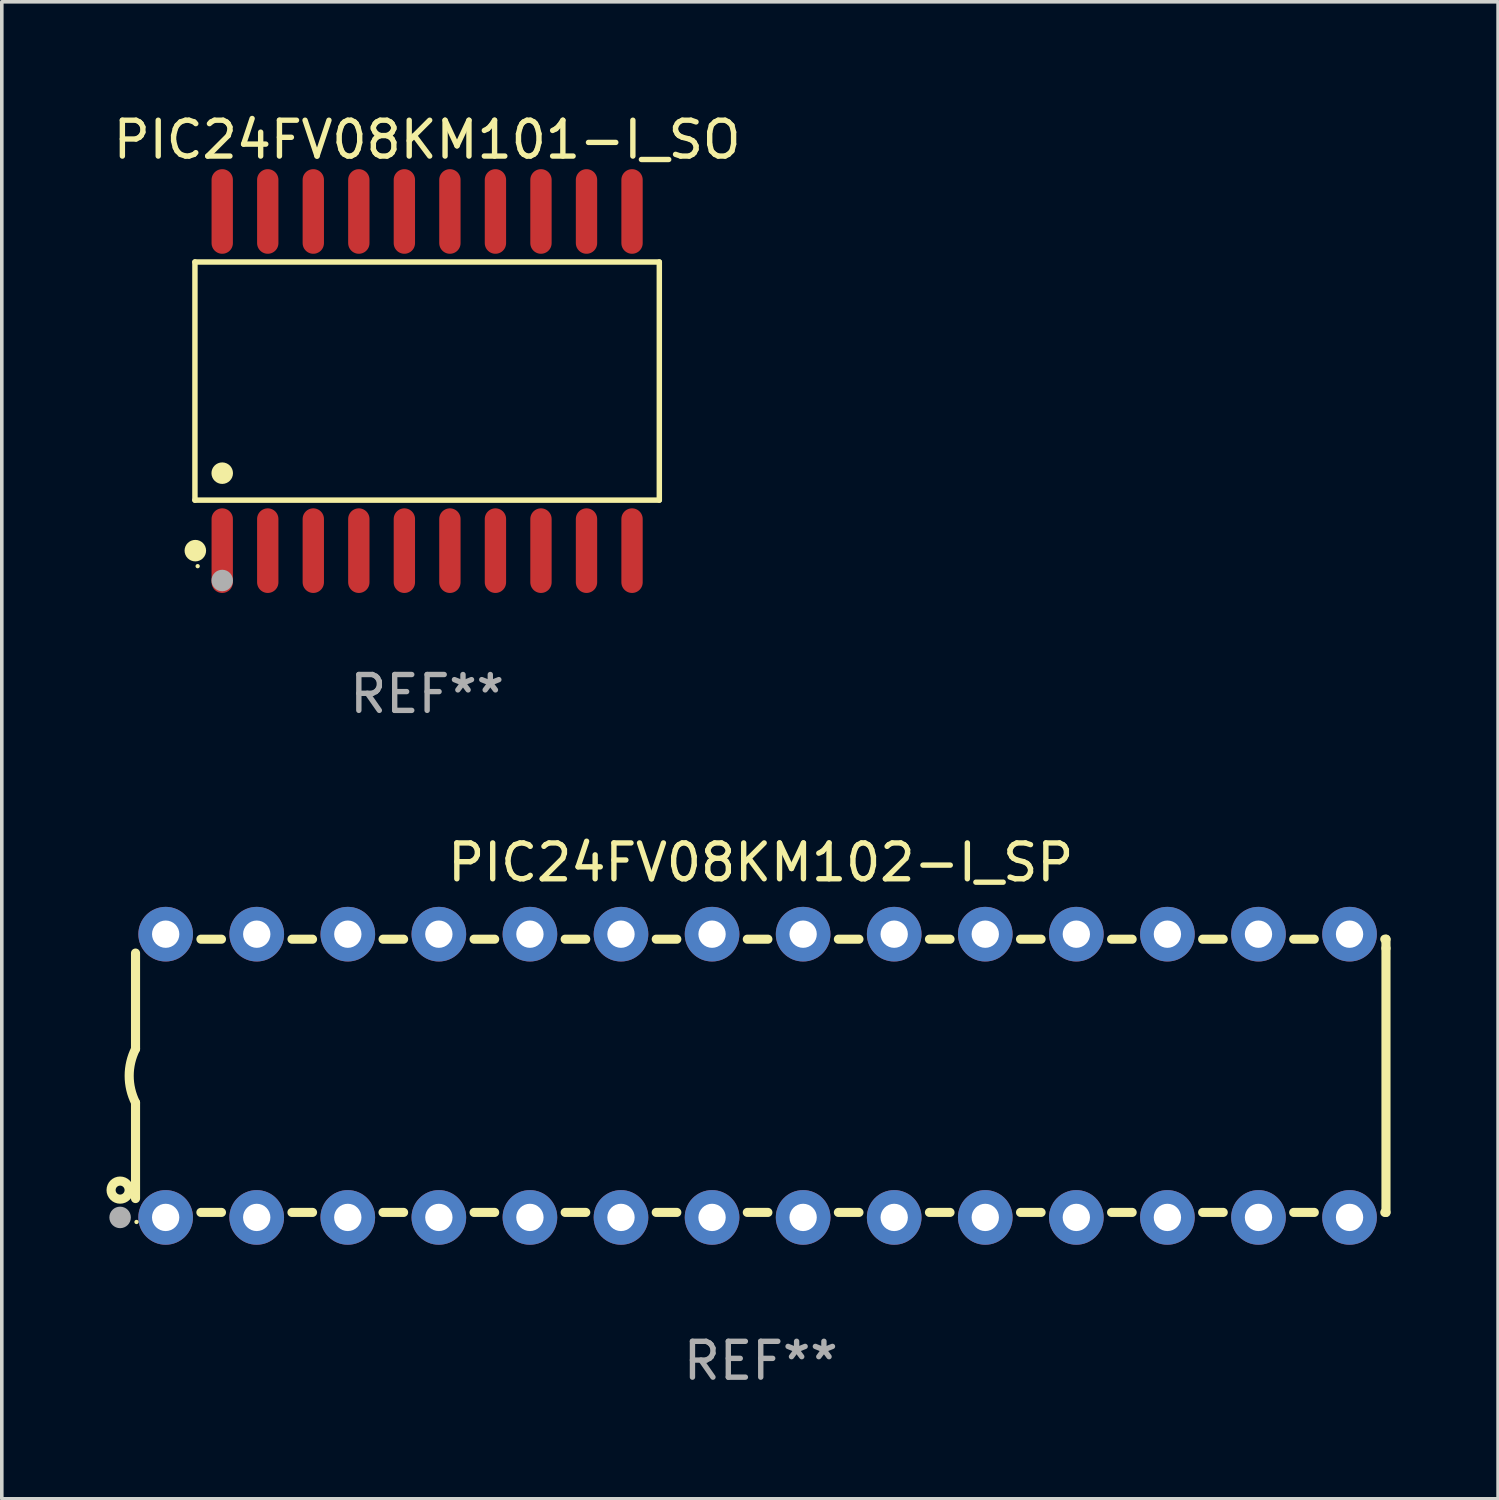
<source format=kicad_pcb>
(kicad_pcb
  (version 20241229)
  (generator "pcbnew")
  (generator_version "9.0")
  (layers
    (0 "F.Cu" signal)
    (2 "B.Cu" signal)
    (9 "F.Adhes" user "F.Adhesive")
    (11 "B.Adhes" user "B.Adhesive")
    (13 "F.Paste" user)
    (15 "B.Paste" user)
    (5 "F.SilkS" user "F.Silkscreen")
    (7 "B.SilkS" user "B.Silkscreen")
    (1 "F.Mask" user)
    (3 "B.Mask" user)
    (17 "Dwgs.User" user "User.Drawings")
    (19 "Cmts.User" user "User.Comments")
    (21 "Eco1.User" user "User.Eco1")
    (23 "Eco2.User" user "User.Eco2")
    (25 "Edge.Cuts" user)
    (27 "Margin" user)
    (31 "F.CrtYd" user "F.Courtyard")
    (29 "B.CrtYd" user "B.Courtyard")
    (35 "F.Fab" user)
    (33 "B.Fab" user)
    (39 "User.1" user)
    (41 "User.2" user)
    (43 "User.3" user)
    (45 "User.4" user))
  (footprint "PIC24FV08KM102-I_SP"
    (layer "F.Cu")
    (at 18.168 26.955)
    (property "Reference" "PIC24FV08KM102-I_SP" (at 0 -5.95 0) (layer "F.SilkS") (effects (font (size 1 1) (thickness 0.15))))
    (attr through_hole)
    (fp_line (start -17.438 0.75) (end -17.438 3.423) (stroke (width 0.254) (type solid)) (layer "F.SilkS"))
    (fp_line (start -17.438 -3.423) (end -17.438 -0.75) (stroke (width 0.254) (type solid)) (layer "F.SilkS"))
    (fp_line (start -15.615 3.81) (end -15.041 3.81) (stroke (width 0.254) (type solid)) (layer "F.SilkS"))
    (fp_line (start -15.041 -3.81) (end -15.614 -3.81) (stroke (width 0.254) (type solid)) (layer "F.SilkS"))
    (fp_line (start -13.075 3.81) (end -12.501 3.81) (stroke (width 0.254) (type solid)) (layer "F.SilkS"))
    (fp_line (start -12.501 -3.81) (end -13.074 -3.81) (stroke (width 0.254) (type solid)) (layer "F.SilkS"))
    (fp_line (start -10.535 3.81) (end -9.961 3.81) (stroke (width 0.254) (type solid)) (layer "F.SilkS"))
    (fp_line (start -9.961 -3.81) (end -10.534 -3.81) (stroke (width 0.254) (type solid)) (layer "F.SilkS"))
    (fp_line (start -7.995 3.81) (end -7.421 3.81) (stroke (width 0.254) (type solid)) (layer "F.SilkS"))
    (fp_line (start -7.421 -3.81) (end -7.995 -3.81) (stroke (width 0.254) (type solid)) (layer "F.SilkS"))
    (fp_line (start -5.455 3.81) (end -4.881 3.81) (stroke (width 0.254) (type solid)) (layer "F.SilkS"))
    (fp_line (start -4.881 -3.81) (end -5.455 -3.81) (stroke (width 0.254) (type solid)) (layer "F.SilkS"))
    (fp_line (start -2.915 3.81) (end -2.341 3.81) (stroke (width 0.254) (type solid)) (layer "F.SilkS"))
    (fp_line (start -2.341 -3.81) (end -2.915 -3.81) (stroke (width 0.254) (type solid)) (layer "F.SilkS"))
    (fp_line (start -0.375 3.81) (end 0.199 3.81) (stroke (width 0.254) (type solid)) (layer "F.SilkS"))
    (fp_line (start 0.199 -3.81) (end -0.375 -3.81) (stroke (width 0.254) (type solid)) (layer "F.SilkS"))
    (fp_line (start 2.165 3.81) (end 2.739 3.81) (stroke (width 0.254) (type solid)) (layer "F.SilkS"))
    (fp_line (start 2.739 -3.81) (end 2.165 -3.81) (stroke (width 0.254) (type solid)) (layer "F.SilkS"))
    (fp_line (start 4.705 3.81) (end 5.279 3.81) (stroke (width 0.254) (type solid)) (layer "F.SilkS"))
    (fp_line (start 5.279 -3.81) (end 4.705 -3.81) (stroke (width 0.254) (type solid)) (layer "F.SilkS"))
    (fp_line (start 7.245 3.81) (end 7.819 3.81) (stroke (width 0.254) (type solid)) (layer "F.SilkS"))
    (fp_line (start 7.819 -3.81) (end 7.245 -3.81) (stroke (width 0.254) (type solid)) (layer "F.SilkS"))
    (fp_line (start 9.785 3.81) (end 10.359 3.81) (stroke (width 0.254) (type solid)) (layer "F.SilkS"))
    (fp_line (start 10.359 -3.81) (end 9.785 -3.81) (stroke (width 0.254) (type solid)) (layer "F.SilkS"))
    (fp_line (start 12.325 3.81) (end 12.899 3.81) (stroke (width 0.254) (type solid)) (layer "F.SilkS"))
    (fp_line (start 12.899 -3.81) (end 12.325 -3.81) (stroke (width 0.254) (type solid)) (layer "F.SilkS"))
    (fp_line (start 14.865 3.81) (end 15.439 3.81) (stroke (width 0.254) (type solid)) (layer "F.SilkS"))
    (fp_line (start 15.439 -3.81) (end 14.865 -3.81) (stroke (width 0.254) (type solid)) (layer "F.SilkS"))
    (fp_line (start 17.405 3.81) (end 17.438 3.81) (stroke (width 0.254) (type solid)) (layer "F.SilkS"))
    (fp_line (start 17.438 -3.81) (end 17.405 -3.81) (stroke (width 0.254) (type solid)) (layer "F.SilkS"))
    (fp_line (start 17.438 -3.556) (end 17.438 -3.81) (stroke (width 0.254) (type solid)) (layer "F.SilkS"))
    (fp_line (start 17.438 3.81) (end 17.438 -3.556) (stroke (width 0.254) (type solid)) (layer "F.SilkS"))
    (fp_arc (start -17.437986 0.749657) (mid -17.614887 -0.000024) (end -17.437783 -0.749657) (stroke (width 0.254001) (type solid)) (layer "F.SilkS"))
    (fp_circle (center -17.868 3.188) (end -17.743 3.188) (stroke (width 0.254) (type solid)) (fill no) (layer "F.SilkS"))
    (fp_circle (center -17.411 4.077) (end -17.381 4.077) (stroke (width 0.06) (type solid)) (fill no) (layer "F.SilkS"))
    (fp_circle (center -17.868 3.95) (end -17.718 3.95) (stroke (width 0.3) (type solid)) (fill no) (layer "F.Fab"))
    (fp_text user "REF**" (at 0 7.95 0) (layer "F.Fab") (effects (font (size 1 1) (thickness 0.15))))
    (pad "1" thru_hole circle (at -16.598 3.95) (size 1.524 1.524) (drill 0.762) (layers "*.Cu" "*.Mask"))
    (pad "2" thru_hole circle (at -14.058 3.95) (size 1.524 1.524) (drill 0.762) (layers "*.Cu" "*.Mask"))
    (pad "3" thru_hole circle (at -11.518 3.95) (size 1.524 1.524) (drill 0.762) (layers "*.Cu" "*.Mask"))
    (pad "4" thru_hole circle (at -8.978 3.95) (size 1.524 1.524) (drill 0.762) (layers "*.Cu" "*.Mask"))
    (pad "5" thru_hole circle (at -6.438 3.95) (size 1.524 1.524) (drill 0.762) (layers "*.Cu" "*.Mask"))
    (pad "6" thru_hole circle (at -3.898 3.95) (size 1.524 1.524) (drill 0.762) (layers "*.Cu" "*.Mask"))
    (pad "7" thru_hole circle (at -1.358 3.95) (size 1.524 1.524) (drill 0.762) (layers "*.Cu" "*.Mask"))
    (pad "8" thru_hole circle (at 1.182 3.95) (size 1.524 1.524) (drill 0.762) (layers "*.Cu" "*.Mask"))
    (pad "9" thru_hole circle (at 3.722 3.95) (size 1.524 1.524) (drill 0.762) (layers "*.Cu" "*.Mask"))
    (pad "10" thru_hole circle (at 6.262 3.95) (size 1.524 1.524) (drill 0.762) (layers "*.Cu" "*.Mask"))
    (pad "11" thru_hole circle (at 8.802 3.95) (size 1.524 1.524) (drill 0.762) (layers "*.Cu" "*.Mask"))
    (pad "12" thru_hole circle (at 11.342 3.95) (size 1.524 1.524) (drill 0.762) (layers "*.Cu" "*.Mask"))
    (pad "13" thru_hole circle (at 13.882 3.95) (size 1.524 1.524) (drill 0.762) (layers "*.Cu" "*.Mask"))
    (pad "14" thru_hole circle (at 16.422 3.95) (size 1.524 1.524) (drill 0.762) (layers "*.Cu" "*.Mask"))
    (pad "15" thru_hole circle (at 16.422 -3.95) (size 1.524 1.524) (drill 0.762) (layers "*.Cu" "*.Mask"))
    (pad "16" thru_hole circle (at 13.882 -3.95) (size 1.524 1.524) (drill 0.762) (layers "*.Cu" "*.Mask"))
    (pad "17" thru_hole circle (at 11.342 -3.95) (size 1.524 1.524) (drill 0.762) (layers "*.Cu" "*.Mask"))
    (pad "18" thru_hole circle (at 8.802 -3.95) (size 1.524 1.524) (drill 0.762) (layers "*.Cu" "*.Mask"))
    (pad "19" thru_hole circle (at 6.262 -3.95) (size 1.524 1.524) (drill 0.762) (layers "*.Cu" "*.Mask"))
    (pad "20" thru_hole circle (at 3.722 -3.95) (size 1.524 1.524) (drill 0.762) (layers "*.Cu" "*.Mask"))
    (pad "21" thru_hole circle (at 1.182 -3.95) (size 1.524 1.524) (drill 0.762) (layers "*.Cu" "*.Mask"))
    (pad "22" thru_hole circle (at -1.358 -3.95) (size 1.524 1.524) (drill 0.762) (layers "*.Cu" "*.Mask"))
    (pad "23" thru_hole circle (at -3.898 -3.95) (size 1.524 1.524) (drill 0.762) (layers "*.Cu" "*.Mask"))
    (pad "24" thru_hole circle (at -6.438 -3.95) (size 1.524 1.524) (drill 0.762) (layers "*.Cu" "*.Mask"))
    (pad "25" thru_hole circle (at -8.978 -3.95) (size 1.524 1.524) (drill 0.762) (layers "*.Cu" "*.Mask"))
    (pad "26" thru_hole circle (at -11.517 -3.95) (size 1.524 1.524) (drill 0.762) (layers "*.Cu" "*.Mask"))
    (pad "27" thru_hole circle (at -14.057 -3.95) (size 1.524 1.524) (drill 0.762) (layers "*.Cu" "*.Mask"))
    (pad "28" thru_hole circle (at -16.597 -3.95) (size 1.524 1.524) (drill 0.762) (layers "*.Cu" "*.Mask")))
  (footprint "PIC24FV08KM101-I_SO"
    (layer "F.Cu")
    (at 8.863 7.578)
    (property "Reference" "PIC24FV08KM101-I_SO" (at 0 -6.73 0) (layer "F.SilkS") (effects (font (size 1 1) (thickness 0.15))))
    (attr through_hole)
    (fp_line (start -6.476 -3.321) (end 6.476 -3.321) (stroke (width 0.152) (type solid)) (layer "F.SilkS"))
    (fp_line (start -6.476 3.321) (end -6.476 -3.321) (stroke (width 0.152) (type solid)) (layer "F.SilkS"))
    (fp_line (start 6.476 -3.321) (end 6.476 3.321) (stroke (width 0.152) (type solid)) (layer "F.SilkS"))
    (fp_line (start 6.476 3.321) (end -6.476 3.321) (stroke (width 0.152) (type solid)) (layer "F.SilkS"))
    (fp_circle (center -6.465 4.73) (end -6.315 4.73) (stroke (width 0.3) (type solid)) (fill no) (layer "F.SilkS"))
    (fp_circle (center -6.4 5.163) (end -6.37 5.163) (stroke (width 0.06) (type solid)) (fill no) (layer "F.SilkS"))
    (fp_circle (center -5.715 2.569) (end -5.565 2.569) (stroke (width 0.3) (type solid)) (fill no) (layer "F.SilkS"))
    (fp_circle (center -5.715 5.563) (end -5.565 5.563) (stroke (width 0.3) (type solid)) (fill no) (layer "F.Fab"))
    (fp_text user "REF**" (at 0 8.73 0) (layer "F.Fab") (effects (font (size 1 1) (thickness 0.15))))
    (pad "1" smd oval (at -5.715 4.73) (size 0.595 2.36) (layers "F.Cu" "F.Mask" "F.Paste"))
    (pad "2" smd oval (at -4.445 4.73) (size 0.595 2.36) (layers "F.Cu" "F.Mask" "F.Paste"))
    (pad "3" smd oval (at -3.175 4.73) (size 0.595 2.36) (layers "F.Cu" "F.Mask" "F.Paste"))
    (pad "4" smd oval (at -1.905 4.73) (size 0.595 2.36) (layers "F.Cu" "F.Mask" "F.Paste"))
    (pad "5" smd oval (at -0.635 4.73) (size 0.595 2.36) (layers "F.Cu" "F.Mask" "F.Paste"))
    (pad "6" smd oval (at 0.635 4.73) (size 0.595 2.36) (layers "F.Cu" "F.Mask" "F.Paste"))
    (pad "7" smd oval (at 1.905 4.73) (size 0.595 2.36) (layers "F.Cu" "F.Mask" "F.Paste"))
    (pad "8" smd oval (at 3.175 4.73) (size 0.595 2.36) (layers "F.Cu" "F.Mask" "F.Paste"))
    (pad "9" smd oval (at 4.445 4.73) (size 0.595 2.36) (layers "F.Cu" "F.Mask" "F.Paste"))
    (pad "10" smd oval (at 5.715 4.73) (size 0.595 2.36) (layers "F.Cu" "F.Mask" "F.Paste"))
    (pad "11" smd oval (at 5.715 -4.73) (size 0.595 2.36) (layers "F.Cu" "F.Mask" "F.Paste"))
    (pad "12" smd oval (at 4.445 -4.73) (size 0.595 2.36) (layers "F.Cu" "F.Mask" "F.Paste"))
    (pad "13" smd oval (at 3.175 -4.73) (size 0.595 2.36) (layers "F.Cu" "F.Mask" "F.Paste"))
    (pad "14" smd oval (at 1.905 -4.73) (size 0.595 2.36) (layers "F.Cu" "F.Mask" "F.Paste"))
    (pad "15" smd oval (at 0.635 -4.73) (size 0.595 2.36) (layers "F.Cu" "F.Mask" "F.Paste"))
    (pad "16" smd oval (at -0.635 -4.73) (size 0.595 2.36) (layers "F.Cu" "F.Mask" "F.Paste"))
    (pad "17" smd oval (at -1.905 -4.73) (size 0.595 2.36) (layers "F.Cu" "F.Mask" "F.Paste"))
    (pad "18" smd oval (at -3.175 -4.73) (size 0.595 2.36) (layers "F.Cu" "F.Mask" "F.Paste"))
    (pad "19" smd oval (at -4.445 -4.73) (size 0.595 2.36) (layers "F.Cu" "F.Mask" "F.Paste"))
    (pad "20" smd oval (at -5.715 -4.73) (size 0.595 2.36) (layers "F.Cu" "F.Mask" "F.Paste")))
  (gr_rect
    (start -3 -3)
    (end 38.733 38.753)
    (stroke (width 0.1) (type default))
    (fill no)
    (layer "Edge.Cuts")))
</source>
